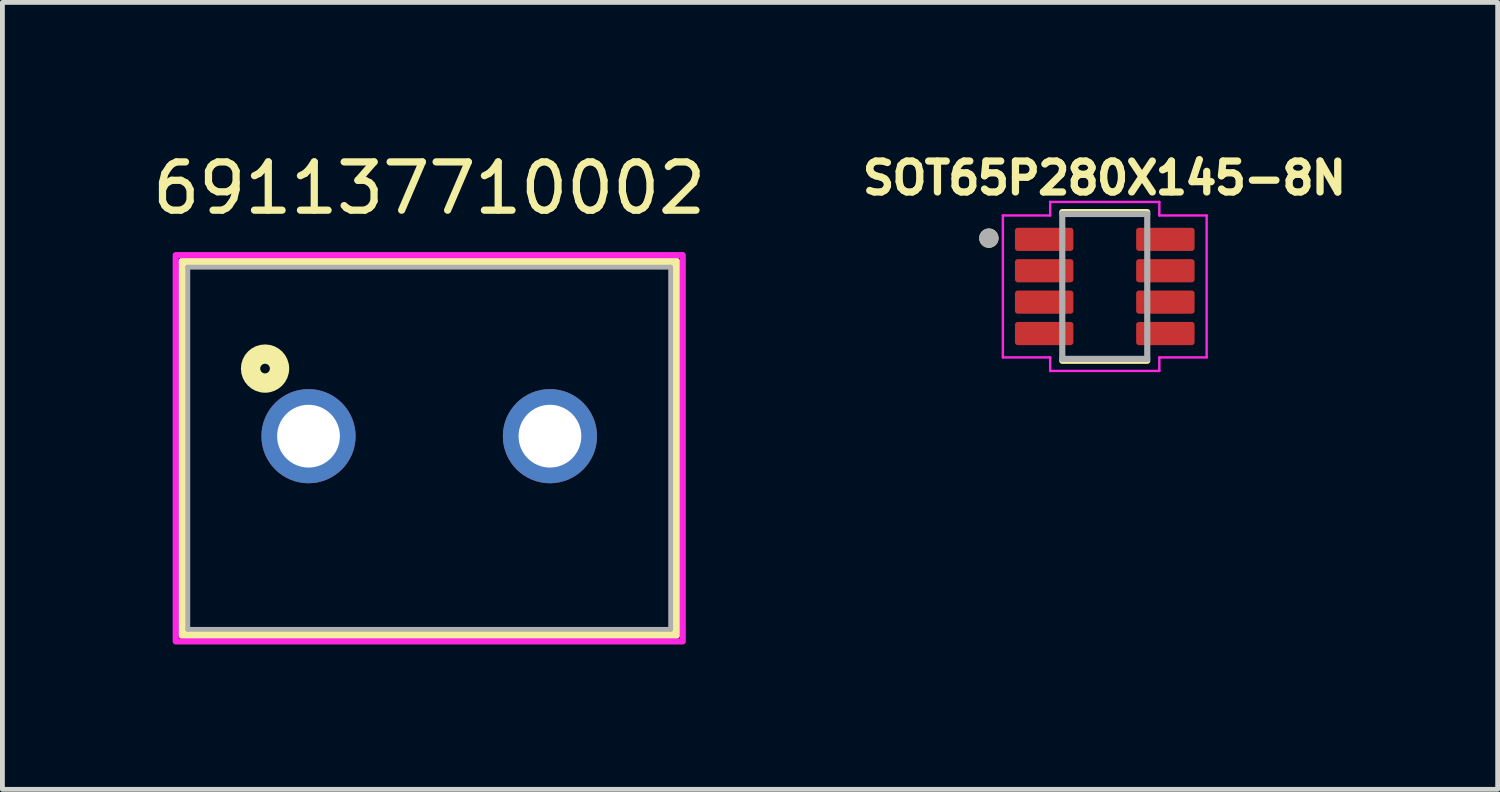
<source format=kicad_pcb>
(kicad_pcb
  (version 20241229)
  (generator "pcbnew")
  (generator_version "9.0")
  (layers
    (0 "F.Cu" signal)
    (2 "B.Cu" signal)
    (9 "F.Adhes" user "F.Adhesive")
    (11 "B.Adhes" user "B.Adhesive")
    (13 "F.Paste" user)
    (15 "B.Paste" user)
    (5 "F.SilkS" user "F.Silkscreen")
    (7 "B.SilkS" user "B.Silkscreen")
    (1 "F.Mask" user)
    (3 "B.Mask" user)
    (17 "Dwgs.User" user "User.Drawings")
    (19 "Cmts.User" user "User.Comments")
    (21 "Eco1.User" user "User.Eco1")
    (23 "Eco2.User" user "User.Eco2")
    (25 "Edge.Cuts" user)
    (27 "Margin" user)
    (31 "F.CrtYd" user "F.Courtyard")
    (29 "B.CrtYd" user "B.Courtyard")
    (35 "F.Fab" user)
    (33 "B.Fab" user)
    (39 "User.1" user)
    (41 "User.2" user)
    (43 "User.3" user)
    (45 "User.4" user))
  (footprint "SOT65P280X145-8N"
    (layer "F.Cu")
    (at 19.829 2.882)
    (property "Reference" "SOT65P280X145-8N" (at -0.006 -2.245 180) (layer "F.SilkS") (effects (font (size 0.64 0.64) (thickness 0.15))))
    (attr through_hole)
    (fp_line (start -0.88 -1.54) (end 0.88 -1.54) (stroke (width 0.127) (type solid)) (layer "F.SilkS"))
    (fp_line (start -0.88 1.54) (end 0.88 1.54) (stroke (width 0.127) (type solid)) (layer "F.SilkS"))
    (fp_circle (center -2.4 -1) (end -2.3 -1) (stroke (width 0.2) (type solid)) (fill no) (layer "F.SilkS"))
    (fp_line (start -2.11 -1.47) (end -2.11 1.47) (stroke (width 0.05) (type solid)) (layer "F.CrtYd"))
    (fp_line (start -2.11 -1.47) (end -1.13 -1.47) (stroke (width 0.05) (type solid)) (layer "F.CrtYd"))
    (fp_line (start -1.13 -1.75) (end 1.13 -1.75) (stroke (width 0.05) (type solid)) (layer "F.CrtYd"))
    (fp_line (start -1.13 -1.47) (end -1.13 -1.75) (stroke (width 0.05) (type solid)) (layer "F.CrtYd"))
    (fp_line (start -1.13 1.47) (end -2.11 1.47) (stroke (width 0.05) (type solid)) (layer "F.CrtYd"))
    (fp_line (start -1.13 1.75) (end -1.13 1.47) (stroke (width 0.05) (type solid)) (layer "F.CrtYd"))
    (fp_line (start 1.13 -1.75) (end 1.13 -1.47) (stroke (width 0.05) (type solid)) (layer "F.CrtYd"))
    (fp_line (start 1.13 -1.47) (end 2.11 -1.47) (stroke (width 0.05) (type solid)) (layer "F.CrtYd"))
    (fp_line (start 1.13 1.47) (end 1.13 1.75) (stroke (width 0.05) (type solid)) (layer "F.CrtYd"))
    (fp_line (start 1.13 1.75) (end -1.13 1.75) (stroke (width 0.05) (type solid)) (layer "F.CrtYd"))
    (fp_line (start 2.11 1.47) (end 1.13 1.47) (stroke (width 0.05) (type solid)) (layer "F.CrtYd"))
    (fp_line (start 2.11 1.47) (end 2.11 -1.47) (stroke (width 0.05) (type solid)) (layer "F.CrtYd"))
    (fp_line (start -0.88 -1.5) (end 0.88 -1.5) (stroke (width 0.127) (type solid)) (layer "F.Fab"))
    (fp_line (start -0.88 1.5) (end -0.88 -1.5) (stroke (width 0.127) (type solid)) (layer "F.Fab"))
    (fp_line (start 0.88 -1.5) (end 0.88 1.5) (stroke (width 0.127) (type solid)) (layer "F.Fab"))
    (fp_line (start 0.88 1.5) (end -0.88 1.5) (stroke (width 0.127) (type solid)) (layer "F.Fab"))
    (fp_circle (center -2.4 -1) (end -2.3 -1) (stroke (width 0.2) (type solid)) (fill no) (layer "F.Fab"))
    (pad "1" smd roundrect (at -1.255 -0.975) (size 1.21 0.48) (layers "F.Cu" "F.Mask" "F.Paste") (roundrect_rratio 0.12))
    (pad "2" smd roundrect (at -1.255 -0.325) (size 1.21 0.48) (layers "F.Cu" "F.Mask" "F.Paste") (roundrect_rratio 0.12))
    (pad "3" smd roundrect (at -1.255 0.325) (size 1.21 0.48) (layers "F.Cu" "F.Mask" "F.Paste") (roundrect_rratio 0.12))
    (pad "4" smd roundrect (at -1.255 0.975) (size 1.21 0.48) (layers "F.Cu" "F.Mask" "F.Paste") (roundrect_rratio 0.12))
    (pad "5" smd roundrect (at 1.255 0.975 180) (size 1.21 0.48) (layers "F.Cu" "F.Mask" "F.Paste") (roundrect_rratio 0.12))
    (pad "6" smd roundrect (at 1.255 0.325 180) (size 1.21 0.48) (layers "F.Cu" "F.Mask" "F.Paste") (roundrect_rratio 0.12))
    (pad "7" smd roundrect (at 1.255 -0.325 180) (size 1.21 0.48) (layers "F.Cu" "F.Mask" "F.Paste") (roundrect_rratio 0.12))
    (pad "8" smd roundrect (at 1.255 -0.975 180) (size 1.21 0.48) (layers "F.Cu" "F.Mask" "F.Paste") (roundrect_rratio 0.12)))
  (footprint "691137710002"
    (layer "F.Cu")
    (at 5.839 5.983)
    (property "Reference" "691137710002" (at 0 -5.135 0) (layer "F.SilkS") (effects (font (size 1 1) (thickness 0.15))))
    (attr through_hole)
    (fp_line (start -5.1 -3.6) (end 5.1 -3.6) (stroke (width 0.2) (type solid)) (layer "F.SilkS"))
    (fp_line (start -5.1 4.1) (end -5.1 -3.6) (stroke (width 0.2) (type solid)) (layer "F.SilkS"))
    (fp_line (start 5.1 -3.6) (end 5.1 4.1) (stroke (width 0.2) (type solid)) (layer "F.SilkS"))
    (fp_line (start 5.1 4.1) (end -5.1 4.1) (stroke (width 0.2) (type solid)) (layer "F.SilkS"))
    (fp_circle (center -3.4 -1.4) (end -3.3 -1.4) (stroke (width 0.4) (type solid)) (fill no) (layer "F.SilkS"))
    (fp_poly (pts (xy -5.25 -3.75) (xy 5.25 -3.75) (xy 5.25 4.25) (xy -5.25 4.25)) (stroke (width 0.127) (type solid)) (fill no) (layer "F.CrtYd"))
    (fp_line (start -5 -3.5) (end 5 -3.5) (stroke (width 0.1) (type solid)) (layer "F.Fab"))
    (fp_line (start -5 4) (end -5 -3.5) (stroke (width 0.1) (type solid)) (layer "F.Fab"))
    (fp_line (start 5 -3.5) (end 5 4) (stroke (width 0.1) (type solid)) (layer "F.Fab"))
    (fp_line (start 5 4) (end -5 4) (stroke (width 0.1) (type solid)) (layer "F.Fab"))
    (pad "1" thru_hole circle (at -2.5 0) (size 1.95 1.95) (drill 1.3) (layers "*.Cu" "*.Mask"))
    (pad "2" thru_hole circle (at 2.5 0) (size 1.95 1.95) (drill 1.3) (layers "*.Cu" "*.Mask")))
  (gr_rect
    (start -3 -3)
    (end 27.966 13.297)
    (stroke (width 0.1) (type default))
    (fill no)
    (layer "Edge.Cuts")))
</source>
